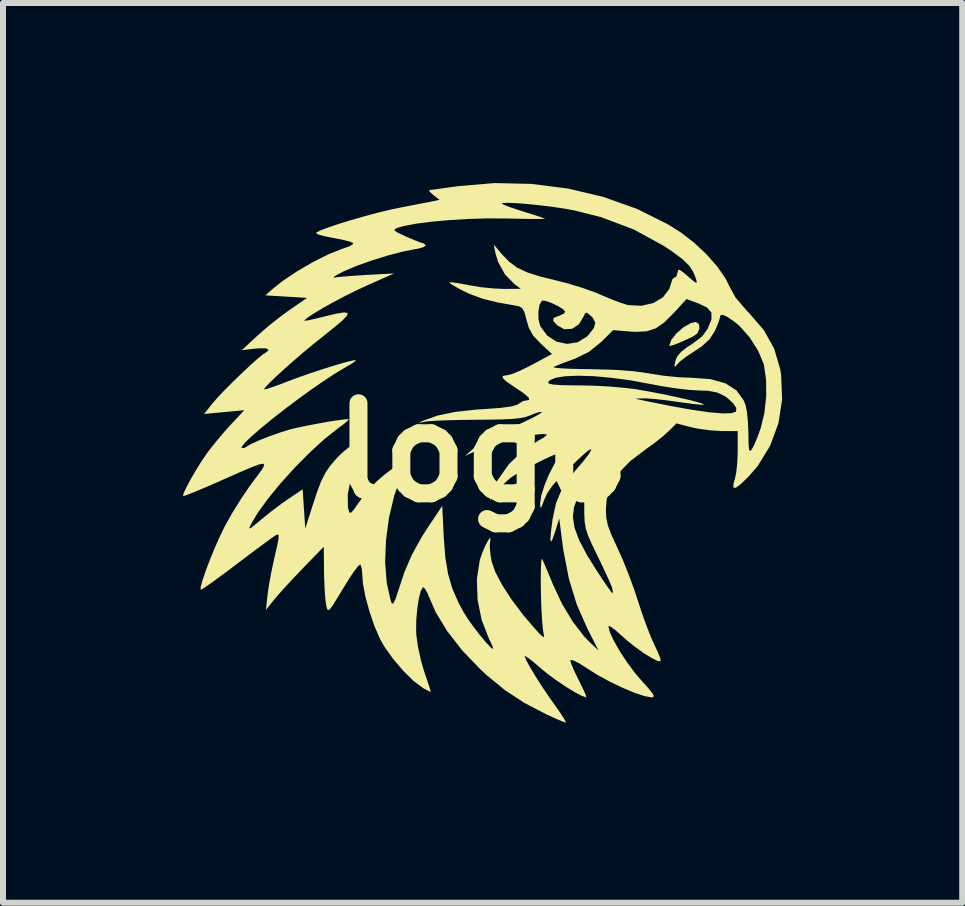
<source format=kicad_pcb>
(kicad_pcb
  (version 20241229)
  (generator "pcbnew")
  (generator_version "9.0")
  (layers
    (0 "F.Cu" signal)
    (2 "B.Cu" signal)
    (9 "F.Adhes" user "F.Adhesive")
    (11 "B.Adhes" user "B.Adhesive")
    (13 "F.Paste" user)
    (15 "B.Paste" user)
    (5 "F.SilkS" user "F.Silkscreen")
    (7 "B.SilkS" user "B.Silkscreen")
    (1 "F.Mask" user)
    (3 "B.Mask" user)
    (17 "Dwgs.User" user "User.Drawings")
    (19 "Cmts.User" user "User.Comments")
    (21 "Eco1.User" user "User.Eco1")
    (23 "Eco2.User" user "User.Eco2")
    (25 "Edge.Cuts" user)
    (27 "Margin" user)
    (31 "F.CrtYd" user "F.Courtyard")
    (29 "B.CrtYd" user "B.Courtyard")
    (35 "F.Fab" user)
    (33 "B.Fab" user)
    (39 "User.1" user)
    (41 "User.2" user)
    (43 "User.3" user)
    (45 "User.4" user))
  (footprint "logo"
    (layer "F.Cu")
    (at 4.994 4.491)
    (property "Reference" "logo" (at 0 0 0) (layer "F.SilkS") (effects (font (size 1.5 1.5) (thickness 0.3))))
    (attr board_only exclude_from_pos_files exclude_from_bom)
    (fp_poly (pts (xy 3.599 -2.145) (xy 3.611 -2.072) (xy 3.58 -1.995) (xy 3.559 -1.973) (xy 3.493 -1.931) (xy 3.39 -1.881) (xy 3.277 -1.831) (xy 3.177 -1.793) (xy 3.115 -1.777) (xy 3.106 -1.781) (xy 3.141 -1.878) (xy 3.229 -1.989) (xy 3.345 -2.089) (xy 3.466 -2.158) (xy 3.546 -2.177)) (stroke (width 0) (type solid)) (fill yes) (layer "F.SilkS"))
    (fp_poly (pts (xy 0.81 -4.477) (xy 1.423 -4.399) (xy 2.015 -4.258) (xy 2.573 -4.059) (xy 3.085 -3.803) (xy 3.307 -3.663) (xy 3.523 -3.496) (xy 3.729 -3.302) (xy 3.908 -3.098) (xy 4.042 -2.905) (xy 4.103 -2.781) (xy 4.212 -2.582) (xy 4.401 -2.361) (xy 4.438 -2.324) (xy 4.684 -2.039) (xy 4.854 -1.734) (xy 4.955 -1.393) (xy 4.971 -1.29) (xy 4.987 -0.883) (xy 4.925 -0.486) (xy 4.787 -0.113) (xy 4.579 0.226) (xy 4.433 0.394) (xy 4.299 0.524) (xy 4.214 0.587) (xy 4.174 0.582) (xy 4.178 0.511) (xy 4.2 0.44) (xy 4.223 0.331) (xy 4.24 0.171) (xy 4.247 -0.009) (xy 4.247 -0.027) (xy 4.247 -0.359) (xy 3.982 -0.359) (xy 3.786 -0.371) (xy 3.578 -0.4) (xy 3.471 -0.423) (xy 3.227 -0.487) (xy 3.098 -0.358) (xy 2.993 -0.264) (xy 2.85 -0.152) (xy 2.731 -0.067) (xy 2.457 0.141) (xy 2.259 0.345) (xy 2.131 0.554) (xy 2.064 0.781) (xy 2.051 0.954) (xy 2.057 1.084) (xy 2.083 1.209) (xy 2.136 1.354) (xy 2.223 1.544) (xy 2.238 1.577) (xy 2.332 1.785) (xy 2.433 2.038) (xy 2.528 2.297) (xy 2.582 2.462) (xy 2.655 2.683) (xy 2.734 2.903) (xy 2.809 3.092) (xy 2.861 3.206) (xy 2.921 3.335) (xy 2.958 3.432) (xy 2.963 3.475) (xy 2.912 3.471) (xy 2.814 3.422) (xy 2.684 3.342) (xy 2.54 3.239) (xy 2.398 3.125) (xy 2.314 3.05) (xy 2.207 2.956) (xy 2.129 2.899) (xy 2.093 2.889) (xy 2.092 2.892) (xy 2.117 2.993) (xy 2.185 3.139) (xy 2.285 3.313) (xy 2.405 3.496) (xy 2.534 3.67) (xy 2.635 3.788) (xy 2.758 3.924) (xy 2.827 4.011) (xy 2.85 4.058) (xy 2.831 4.077) (xy 2.811 4.078) (xy 2.694 4.057) (xy 2.526 4.001) (xy 2.326 3.917) (xy 2.114 3.815) (xy 1.911 3.704) (xy 1.764 3.612) (xy 1.609 3.512) (xy 1.505 3.46) (xy 1.46 3.457) (xy 1.458 3.463) (xy 1.477 3.528) (xy 1.526 3.643) (xy 1.595 3.785) (xy 1.603 3.801) (xy 1.669 3.934) (xy 1.713 4.032) (xy 1.726 4.077) (xy 1.725 4.078) (xy 1.651 4.054) (xy 1.529 3.99) (xy 1.378 3.897) (xy 1.217 3.788) (xy 1.065 3.675) (xy 0.961 3.589) (xy 0.842 3.486) (xy 0.751 3.416) (xy 0.702 3.388) (xy 0.697 3.391) (xy 0.72 3.452) (xy 0.782 3.567) (xy 0.873 3.719) (xy 0.984 3.893) (xy 1.105 4.073) (xy 1.207 4.216) (xy 1.297 4.345) (xy 1.36 4.443) (xy 1.386 4.495) (xy 1.383 4.499) (xy 1.333 4.482) (xy 1.227 4.437) (xy 1.086 4.373) (xy 1.054 4.358) (xy 0.691 4.169) (xy 0.373 3.961) (xy 0.066 3.709) (xy -0.046 3.605) (xy -0.348 3.29) (xy -0.597 2.969) (xy -0.786 2.656) (xy -0.866 2.474) (xy -0.919 2.348) (xy -0.966 2.264) (xy -0.995 2.241) (xy -1.032 2.303) (xy -1.065 2.428) (xy -1.091 2.594) (xy -1.108 2.778) (xy -1.111 2.96) (xy -1.107 3.043) (xy -1.079 3.24) (xy -1.03 3.464) (xy -0.975 3.653) (xy -0.924 3.802) (xy -0.886 3.917) (xy -0.867 3.978) (xy -0.866 3.983) (xy -0.898 3.974) (xy -0.977 3.934) (xy -0.996 3.922) (xy -1.151 3.807) (xy -1.323 3.638) (xy -1.491 3.441) (xy -1.636 3.238) (xy -1.71 3.11) (xy -1.803 2.896) (xy -1.887 2.651) (xy -1.955 2.403) (xy -1.997 2.18) (xy -2.007 2.045) (xy -2.016 1.937) (xy -2.036 1.87) (xy -2.042 1.864) (xy -2.076 1.89) (xy -2.142 1.975) (xy -2.231 2.107) (xy -2.327 2.263) (xy -2.435 2.441) (xy -2.507 2.556) (xy -2.553 2.614) (xy -2.58 2.625) (xy -2.596 2.596) (xy -2.609 2.546) (xy -2.623 2.444) (xy -2.635 2.284) (xy -2.643 2.093) (xy -2.645 1.989) (xy -2.65 1.569) (xy -2.996 1.925) (xy -3.149 2.086) (xy -3.295 2.243) (xy -3.414 2.376) (xy -3.477 2.451) (xy -3.613 2.62) (xy -3.586 2.367) (xy -3.563 2.206) (xy -3.525 2) (xy -3.48 1.787) (xy -3.466 1.724) (xy -3.424 1.544) (xy -3.403 1.432) (xy -3.402 1.376) (xy -3.419 1.363) (xy -3.441 1.372) (xy -3.496 1.408) (xy -3.605 1.487) (xy -3.757 1.599) (xy -3.938 1.735) (xy -4.097 1.855) (xy -4.288 1.999) (xy -4.456 2.122) (xy -4.587 2.216) (xy -4.673 2.273) (xy -4.701 2.286) (xy -4.7 2.235) (xy -4.669 2.124) (xy -4.616 1.968) (xy -4.546 1.784) (xy -4.466 1.589) (xy -4.381 1.398) (xy -4.299 1.228) (xy -4.298 1.227) (xy -4.178 1.012) (xy -4.03 0.774) (xy -3.881 0.554) (xy -3.837 0.494) (xy -3.739 0.364) (xy -3.671 0.269) (xy -3.641 0.21) (xy -3.655 0.185) (xy -3.719 0.194) (xy -3.839 0.238) (xy -4.022 0.316) (xy -4.274 0.427) (xy -4.37 0.47) (xy -4.579 0.561) (xy -4.758 0.637) (xy -4.896 0.693) (xy -4.977 0.722) (xy -4.994 0.725) (xy -4.986 0.68) (xy -4.94 0.581) (xy -4.869 0.447) (xy -4.78 0.295) (xy -4.685 0.142) (xy -4.592 0.006) (xy -4.572 -0.021) (xy -4.53 -0.075) (xy -4.019 -0.075) (xy -3.972 -0.077) (xy -3.942 -0.096) (xy -3.861 -0.143) (xy -3.723 -0.206) (xy -3.55 -0.274) (xy -3.367 -0.338) (xy -3.212 -0.386) (xy -3.088 -0.416) (xy -2.926 -0.45) (xy -2.745 -0.484) (xy -2.566 -0.516) (xy -2.408 -0.54) (xy -2.291 -0.555) (xy -2.234 -0.557) (xy -2.232 -0.556) (xy -2.256 -0.526) (xy -2.332 -0.464) (xy -2.42 -0.399) (xy -2.644 -0.221) (xy -2.887 0.002) (xy -3.135 0.253) (xy -3.372 0.515) (xy -3.583 0.773) (xy -3.754 1.01) (xy -3.853 1.176) (xy -3.886 1.243) (xy -3.888 1.267) (xy -3.849 1.245) (xy -3.762 1.174) (xy -3.694 1.117) (xy -3.533 0.986) (xy -3.353 0.851) (xy -3.233 0.767) (xy -3.001 0.612) (xy -2.98 0.94) (xy -2.958 1.268) (xy -2.838 0.888) (xy -2.76 0.653) (xy -2.694 0.479) (xy -2.627 0.344) (xy -2.548 0.228) (xy -2.448 0.109) (xy -2.418 0.076) (xy -2.33 -0.008) (xy -2.223 -0.095) (xy -2.114 -0.173) (xy -2.017 -0.234) (xy -1.949 -0.265) (xy -1.927 -0.256) (xy -1.931 -0.246) (xy -2.09 0.111) (xy -2.197 0.427) (xy -2.25 0.695) (xy -2.247 0.91) (xy -2.239 0.947) (xy -2.222 0.998) (xy -2.197 1.003) (xy -2.151 0.953) (xy -2.073 0.841) (xy -1.96 0.692) (xy -1.832 0.544) (xy -1.769 0.481) (xy -1.658 0.384) (xy -1.533 0.287) (xy -1.413 0.201) (xy -1.317 0.141) (xy -1.263 0.12) (xy -1.259 0.121) (xy -1.268 0.164) (xy -1.304 0.261) (xy -1.354 0.38) (xy -1.475 0.714) (xy -1.562 1.08) (xy -1.613 1.458) (xy -1.627 1.827) (xy -1.601 2.167) (xy -1.536 2.459) (xy -1.516 2.515) (xy -1.492 2.514) (xy -1.455 2.442) (xy -1.416 2.324) (xy -1.305 1.989) (xy -1.18 1.699) (xy -1.023 1.416) (xy -0.917 1.249) (xy -0.676 0.888) (xy -0.65 1.416) (xy -0.624 1.747) (xy -0.579 2.021) (xy -0.509 2.262) (xy -0.406 2.498) (xy -0.319 2.659) (xy -0.246 2.775) (xy -0.15 2.909) (xy -0.046 3.043) (xy 0.052 3.161) (xy 0.13 3.244) (xy 0.174 3.275) (xy 0.167 3.242) (xy 0.131 3.158) (xy 0.106 3.108) (xy -0.018 2.792) (xy -0.087 2.451) (xy -0.099 2.11) (xy -0.051 1.797) (xy -0.044 1.771) (xy -0.004 1.658) (xy 0.041 1.553) (xy 0.084 1.471) (xy 0.116 1.425) (xy 0.13 1.43) (xy 0.121 1.486) (xy 0.116 1.577) (xy 0.13 1.714) (xy 0.147 1.811) (xy 0.207 1.986) (xy 0.321 2.203) (xy 0.479 2.447) (xy 0.671 2.703) (xy 0.871 2.937) (xy 0.963 3.036) (xy 1.01 3.074) (xy 1.022 3.058) (xy 1.014 3.022) (xy 1 2.935) (xy 0.988 2.798) (xy 0.978 2.627) (xy 0.971 2.438) (xy 0.967 2.246) (xy 0.966 2.067) (xy 0.968 1.917) (xy 0.974 1.813) (xy 0.985 1.77) (xy 0.991 1.775) (xy 1.025 1.853) (xy 1.081 1.984) (xy 1.147 2.144) (xy 1.164 2.186) (xy 1.317 2.514) (xy 1.497 2.814) (xy 1.688 3.062) (xy 1.772 3.149) (xy 1.928 3.297) (xy 1.741 2.929) (xy 1.565 2.529) (xy 1.434 2.099) (xy 1.341 1.618) (xy 1.325 1.5) (xy 1.274 1.099) (xy 1.201 1.331) (xy 1.159 1.45) (xy 1.134 1.487) (xy 1.127 1.442) (xy 1.136 1.317) (xy 1.162 1.112) (xy 1.163 1.108) (xy 1.171 1.07) (xy 1.501 1.07) (xy 1.528 1.252) (xy 1.606 1.46) (xy 1.736 1.707) (xy 1.884 1.945) (xy 1.988 2.104) (xy 2.077 2.234) (xy 2.138 2.319) (xy 2.163 2.346) (xy 2.167 2.311) (xy 2.154 2.25) (xy 2.124 2.175) (xy 2.065 2.044) (xy 1.986 1.876) (xy 1.908 1.714) (xy 1.814 1.52) (xy 1.752 1.377) (xy 1.715 1.262) (xy 1.697 1.151) (xy 1.691 1.018) (xy 1.691 0.921) (xy 1.689 0.761) (xy 1.687 0.639) (xy 1.682 0.575) (xy 1.681 0.571) (xy 1.658 0.604) (xy 1.611 0.69) (xy 1.586 0.738) (xy 1.521 0.903) (xy 1.501 1.07) (xy 1.171 1.07) (xy 1.22 0.842) (xy 1.315 0.614) (xy 1.464 0.393) (xy 1.562 0.276) (xy 1.686 0.131) (xy 1.768 0.023) (xy 1.806 -0.042) (xy 1.796 -0.058) (xy 1.736 -0.018) (xy 1.667 0.042) (xy 1.442 0.253) (xy 1.275 0.421) (xy 1.155 0.558) (xy 1.075 0.675) (xy 1.025 0.781) (xy 1.023 0.787) (xy 0.984 0.893) (xy 0.964 0.926) (xy 0.957 0.89) (xy 0.955 0.845) (xy 0.974 0.717) (xy 1.028 0.545) (xy 1.104 0.36) (xy 1.192 0.19) (xy 1.243 0.112) (xy 1.337 -0.021) (xy 1.232 0.019) (xy 1.1 0.076) (xy 0.93 0.158) (xy 0.751 0.25) (xy 0.59 0.339) (xy 0.477 0.409) (xy 0.472 0.412) (xy 0.373 0.499) (xy 0.265 0.619) (xy 0.224 0.671) (xy 0.152 0.763) (xy 0.121 0.788) (xy 0.123 0.75) (xy 0.126 0.74) (xy 0.247 0.459) (xy 0.434 0.194) (xy 0.671 -0.035) (xy 0.921 -0.197) (xy 1.016 -0.251) (xy 1.065 -0.291) (xy 1.066 -0.301) (xy 1.007 -0.31) (xy 0.887 -0.3) (xy 0.723 -0.274) (xy 0.535 -0.236) (xy 0.342 -0.19) (xy 0.163 -0.141) (xy 0.017 -0.091) (xy -0.042 -0.066) (xy -0.296 0.057) (xy -0.123 -0.098) (xy 0.011 -0.201) (xy 0.154 -0.285) (xy 0.216 -0.312) (xy 0.357 -0.366) (xy 0.517 -0.433) (xy 0.677 -0.506) (xy 0.82 -0.575) (xy 0.927 -0.632) (xy 0.982 -0.669) (xy 0.985 -0.677) (xy 0.937 -0.675) (xy 0.842 -0.643) (xy 0.799 -0.624) (xy 0.722 -0.596) (xy 0.627 -0.576) (xy 0.499 -0.562) (xy 0.324 -0.553) (xy 0.087 -0.549) (xy -0.106 -0.547) (xy -0.357 -0.545) (xy -0.586 -0.539) (xy -0.778 -0.531) (xy -0.915 -0.522) (xy -0.972 -0.514) (xy -1.054 -0.496) (xy -1.059 -0.501) (xy -0.993 -0.532) (xy -0.757 -0.616) (xy -0.469 -0.677) (xy -0.116 -0.716) (xy 0.035 -0.726) (xy 0.298 -0.745) (xy 0.48 -0.77) (xy 0.58 -0.8) (xy 0.592 -0.81) (xy 0.674 -0.859) (xy 0.715 -0.866) (xy 0.774 -0.879) (xy 0.763 -0.919) (xy 0.68 -0.99) (xy 0.549 -1.078) (xy 0.412 -1.171) (xy 1.088 -1.171) (xy 1.103 -1.149) (xy 1.174 -1.133) (xy 1.308 -1.124) (xy 1.514 -1.12) (xy 1.613 -1.12) (xy 1.868 -1.114) (xy 2.14 -1.099) (xy 2.392 -1.076) (xy 2.557 -1.055) (xy 2.762 -1.019) (xy 2.978 -0.978) (xy 3.189 -0.934) (xy 3.381 -0.891) (xy 3.538 -0.852) (xy 3.645 -0.821) (xy 3.687 -0.801) (xy 3.687 -0.799) (xy 3.64 -0.798) (xy 3.529 -0.808) (xy 3.372 -0.828) (xy 3.251 -0.845) (xy 3.054 -0.872) (xy 2.872 -0.892) (xy 2.732 -0.903) (xy 2.684 -0.903) (xy 2.536 -0.899) (xy 2.705 -0.862) (xy 3.121 -0.778) (xy 3.478 -0.714) (xy 3.77 -0.672) (xy 3.994 -0.653) (xy 4.145 -0.657) (xy 4.218 -0.682) (xy 4.224 -0.741) (xy 4.171 -0.824) (xy 4.071 -0.914) (xy 4.021 -0.947) (xy 3.902 -1.002) (xy 3.754 -1.03) (xy 3.595 -1.035) (xy 3.438 -1.045) (xy 3.227 -1.069) (xy 2.993 -1.105) (xy 2.797 -1.142) (xy 2.467 -1.203) (xy 2.148 -1.246) (xy 1.851 -1.273) (xy 1.588 -1.281) (xy 1.369 -1.272) (xy 1.206 -1.245) (xy 1.108 -1.2) (xy 1.088 -1.171) (xy 0.412 -1.171) (xy 0.405 -1.175) (xy 0.333 -1.24) (xy 0.331 -1.276) (xy 0.395 -1.289) (xy 0.407 -1.289) (xy 0.484 -1.308) (xy 0.611 -1.36) (xy 0.745 -1.425) (xy 1.177 -1.425) (xy 1.2 -1.415) (xy 1.294 -1.405) (xy 1.447 -1.397) (xy 1.646 -1.392) (xy 1.79 -1.39) (xy 2.18 -1.38) (xy 2.511 -1.356) (xy 2.771 -1.32) (xy 2.789 -1.316) (xy 3.01 -1.281) (xy 3.26 -1.256) (xy 3.477 -1.247) (xy 3.794 -1.224) (xy 4.042 -1.155) (xy 4.225 -1.038) (xy 4.346 -0.871) (xy 4.377 -0.795) (xy 4.4 -0.683) (xy 4.417 -0.52) (xy 4.425 -0.337) (xy 4.425 -0.314) (xy 4.428 -0.149) (xy 4.435 -0.056) (xy 4.45 -0.025) (xy 4.474 -0.043) (xy 4.482 -0.054) (xy 4.524 -0.133) (xy 4.578 -0.264) (xy 4.629 -0.404) (xy 4.691 -0.655) (xy 4.722 -0.936) (xy 4.72 -1.214) (xy 4.685 -1.454) (xy 4.678 -1.482) (xy 4.586 -1.7) (xy 4.445 -1.921) (xy 4.278 -2.11) (xy 4.191 -2.182) (xy 4.063 -2.268) (xy 3.988 -2.299) (xy 3.955 -2.28) (xy 3.952 -2.253) (xy 3.934 -2.188) (xy 3.89 -2.079) (xy 3.864 -2.022) (xy 3.778 -1.888) (xy 3.651 -1.772) (xy 3.526 -1.689) (xy 3.394 -1.602) (xy 3.288 -1.521) (xy 3.235 -1.466) (xy 3.203 -1.428) (xy 3.193 -1.452) (xy 3.207 -1.52) (xy 3.236 -1.596) (xy 3.299 -1.674) (xy 3.409 -1.76) (xy 3.473 -1.799) (xy 3.655 -1.936) (xy 3.747 -2.064) (xy 3.81 -2.22) (xy 3.809 -2.333) (xy 3.736 -2.417) (xy 3.599 -2.483) (xy 3.394 -2.558) (xy 3.184 -2.329) (xy 3.024 -2.169) (xy 2.881 -2.07) (xy 2.731 -2.021) (xy 2.547 -2.012) (xy 2.447 -2.018) (xy 2.171 -2.04) (xy 1.973 -1.844) (xy 1.77 -1.679) (xy 1.532 -1.563) (xy 1.5 -1.552) (xy 1.355 -1.499) (xy 1.238 -1.453) (xy 1.177 -1.425) (xy 0.745 -1.425) (xy 0.765 -1.435) (xy 0.825 -1.466) (xy 1.153 -1.643) (xy 0.966 -1.815) (xy 0.841 -1.947) (xy 0.767 -2.079) (xy 0.729 -2.208) (xy 0.695 -2.338) (xy 0.688 -2.35) (xy 0.926 -2.35) (xy 0.928 -2.221) (xy 0.956 -2.111) (xy 0.957 -2.108) (xy 1.073 -1.949) (xy 1.228 -1.849) (xy 1.403 -1.811) (xy 1.578 -1.837) (xy 1.734 -1.933) (xy 1.764 -1.963) (xy 1.853 -2.08) (xy 1.874 -2.168) (xy 1.83 -2.249) (xy 1.797 -2.281) (xy 1.735 -2.332) (xy 1.704 -2.323) (xy 1.685 -2.277) (xy 1.603 -2.139) (xy 1.489 -2.063) (xy 1.36 -2.055) (xy 1.24 -2.12) (xy 1.173 -2.196) (xy 1.182 -2.245) (xy 1.268 -2.278) (xy 1.347 -2.313) (xy 1.374 -2.348) (xy 1.338 -2.389) (xy 1.252 -2.442) (xy 1.145 -2.493) (xy 1.047 -2.528) (xy 0.987 -2.532) (xy 0.986 -2.531) (xy 0.946 -2.465) (xy 0.926 -2.35) (xy 0.688 -2.35) (xy 0.657 -2.407) (xy 0.598 -2.439) (xy 0.529 -2.452) (xy 0.233 -2.505) (xy -0.006 -2.565) (xy -0.212 -2.641) (xy -0.318 -2.691) (xy -0.444 -2.757) (xy -0.53 -2.809) (xy -0.559 -2.836) (xy -0.558 -2.837) (xy -0.512 -2.837) (xy -0.404 -2.822) (xy -0.258 -2.795) (xy -0.236 -2.79) (xy -0.031 -2.756) (xy 0.192 -2.734) (xy 0.351 -2.727) (xy 0.634 -2.729) (xy 0.52 -2.814) (xy 0.369 -2.97) (xy 0.256 -3.174) (xy 0.212 -3.318) (xy 0.183 -3.466) (xy 0.314 -3.31) (xy 0.437 -3.182) (xy 0.572 -3.082) (xy 0.739 -3.003) (xy 0.955 -2.934) (xy 1.189 -2.877) (xy 1.419 -2.818) (xy 1.659 -2.745) (xy 1.872 -2.669) (xy 1.965 -2.63) (xy 2.134 -2.558) (xy 2.292 -2.498) (xy 2.409 -2.461) (xy 2.424 -2.458) (xy 2.644 -2.446) (xy 2.842 -2.492) (xy 3.002 -2.588) (xy 3.107 -2.726) (xy 3.133 -2.809) (xy 3.16 -2.89) (xy 3.191 -2.916) (xy 3.193 -2.915) (xy 3.224 -2.933) (xy 3.241 -2.987) (xy 3.253 -3.038) (xy 3.279 -3.046) (xy 3.337 -3.006) (xy 3.419 -2.936) (xy 3.513 -2.855) (xy 3.558 -2.827) (xy 3.564 -2.848) (xy 3.552 -2.896) (xy 3.505 -3.014) (xy 3.435 -3.118) (xy 3.327 -3.223) (xy 3.168 -3.342) (xy 3.011 -3.447) (xy 2.519 -3.716) (xy 1.975 -3.922) (xy 1.521 -4.036) (xy 1.351 -4.067) (xy 1.153 -4.096) (xy 0.944 -4.121) (xy 0.741 -4.142) (xy 0.561 -4.156) (xy 0.42 -4.162) (xy 0.334 -4.158) (xy 0.317 -4.149) (xy 0.355 -4.127) (xy 0.455 -4.089) (xy 0.6 -4.04) (xy 0.676 -4.016) (xy 0.835 -3.966) (xy 0.959 -3.926) (xy 1.027 -3.901) (xy 1.035 -3.896) (xy 0.996 -3.893) (xy 0.885 -3.893) (xy 0.719 -3.894) (xy 0.511 -3.898) (xy 0.37 -3.901) (xy 0.071 -3.902) (xy -0.243 -3.893) (xy -0.556 -3.874) (xy -0.849 -3.848) (xy -1.106 -3.815) (xy -1.31 -3.777) (xy -1.423 -3.745) (xy -1.469 -3.722) (xy -1.469 -3.698) (xy -1.411 -3.661) (xy -1.286 -3.603) (xy -1.273 -3.597) (xy -1.139 -3.54) (xy -1.035 -3.5) (xy -0.988 -3.487) (xy -0.951 -3.456) (xy -0.951 -3.45) (xy -0.988 -3.423) (xy -1.083 -3.397) (xy -1.131 -3.389) (xy -1.335 -3.349) (xy -1.586 -3.283) (xy -1.853 -3.2) (xy -2.104 -3.111) (xy -2.31 -3.023) (xy -2.314 -3.022) (xy -2.427 -2.963) (xy -2.486 -2.925) (xy -2.481 -2.914) (xy -2.472 -2.916) (xy -2.387 -2.927) (xy -2.24 -2.94) (xy -2.055 -2.953) (xy -1.923 -2.961) (xy -1.479 -2.985) (xy -1.944 -2.779) (xy -2.123 -2.695) (xy -2.315 -2.599) (xy -2.505 -2.498) (xy -2.679 -2.4) (xy -2.824 -2.313) (xy -2.926 -2.245) (xy -2.971 -2.204) (xy -2.971 -2.197) (xy -2.927 -2.201) (xy -2.822 -2.223) (xy -2.677 -2.258) (xy -2.641 -2.267) (xy -2.442 -2.315) (xy -2.312 -2.336) (xy -2.252 -2.326) (xy -2.263 -2.281) (xy -2.342 -2.198) (xy -2.492 -2.073) (xy -2.624 -1.967) (xy -2.809 -1.819) (xy -2.999 -1.662) (xy -3.182 -1.504) (xy -3.348 -1.356) (xy -3.487 -1.227) (xy -3.588 -1.127) (xy -3.64 -1.065) (xy -3.644 -1.051) (xy -3.601 -1.06) (xy -3.498 -1.094) (xy -3.351 -1.147) (xy -3.252 -1.186) (xy -3.069 -1.254) (xy -2.862 -1.326) (xy -2.65 -1.396) (xy -2.45 -1.458) (xy -2.281 -1.507) (xy -2.16 -1.536) (xy -2.115 -1.542) (xy -2.124 -1.524) (xy -2.192 -1.477) (xy -2.283 -1.424) (xy -2.45 -1.325) (xy -2.645 -1.197) (xy -2.859 -1.05) (xy -3.08 -0.889) (xy -3.3 -0.724) (xy -3.507 -0.562) (xy -3.692 -0.411) (xy -3.845 -0.278) (xy -3.956 -0.172) (xy -4.015 -0.101) (xy -4.019 -0.075) (xy -4.53 -0.075) (xy -4.447 -0.18) (xy -4.298 -0.356) (xy -4.186 -0.48) (xy -3.973 -0.707) (xy -4.308 -0.675) (xy -4.644 -0.644) (xy -4.509 -0.813) (xy -4.425 -0.911) (xy -4.306 -1.036) (xy -4.166 -1.177) (xy -4.017 -1.321) (xy -3.874 -1.455) (xy -3.75 -1.566) (xy -3.657 -1.642) (xy -3.611 -1.669) (xy -3.573 -1.702) (xy -3.571 -1.713) (xy -3.611 -1.737) (xy -3.723 -1.738) (xy -3.793 -1.732) (xy -4.015 -1.707) (xy -3.761 -1.943) (xy -3.592 -2.091) (xy -3.395 -2.249) (xy -3.217 -2.379) (xy -2.927 -2.578) (xy -3.274 -2.599) (xy -3.621 -2.62) (xy -3.522 -2.71) (xy -3.331 -2.862) (xy -3.092 -3.022) (xy -2.831 -3.174) (xy -2.574 -3.303) (xy -2.349 -3.393) (xy -2.315 -3.404) (xy -2.213 -3.442) (xy -2.159 -3.478) (xy -2.158 -3.49) (xy -2.207 -3.513) (xy -2.317 -3.542) (xy -2.466 -3.572) (xy -2.495 -3.577) (xy -2.64 -3.606) (xy -2.741 -3.634) (xy -2.781 -3.658) (xy -2.779 -3.662) (xy -2.714 -3.698) (xy -2.582 -3.749) (xy -2.402 -3.81) (xy -2.189 -3.875) (xy -1.96 -3.941) (xy -1.732 -4.002) (xy -1.52 -4.052) (xy -1.395 -4.078) (xy -1.196 -4.117) (xy -1.019 -4.151) (xy -0.885 -4.177) (xy -0.825 -4.19) (xy -0.721 -4.212) (xy -0.825 -4.292) (xy -0.885 -4.347) (xy -0.891 -4.374) (xy -0.888 -4.375) (xy -0.83 -4.381) (xy -0.709 -4.398) (xy -0.544 -4.421) (xy -0.423 -4.438) (xy 0.191 -4.491)) (stroke (width 0) (type solid)) (fill yes) (layer "F.SilkS")))
  (gr_rect
    (start -3 -3)
    (end 12.982 11.991)
    (stroke (width 0.1) (type default))
    (fill no)
    (layer "Edge.Cuts")))
</source>
